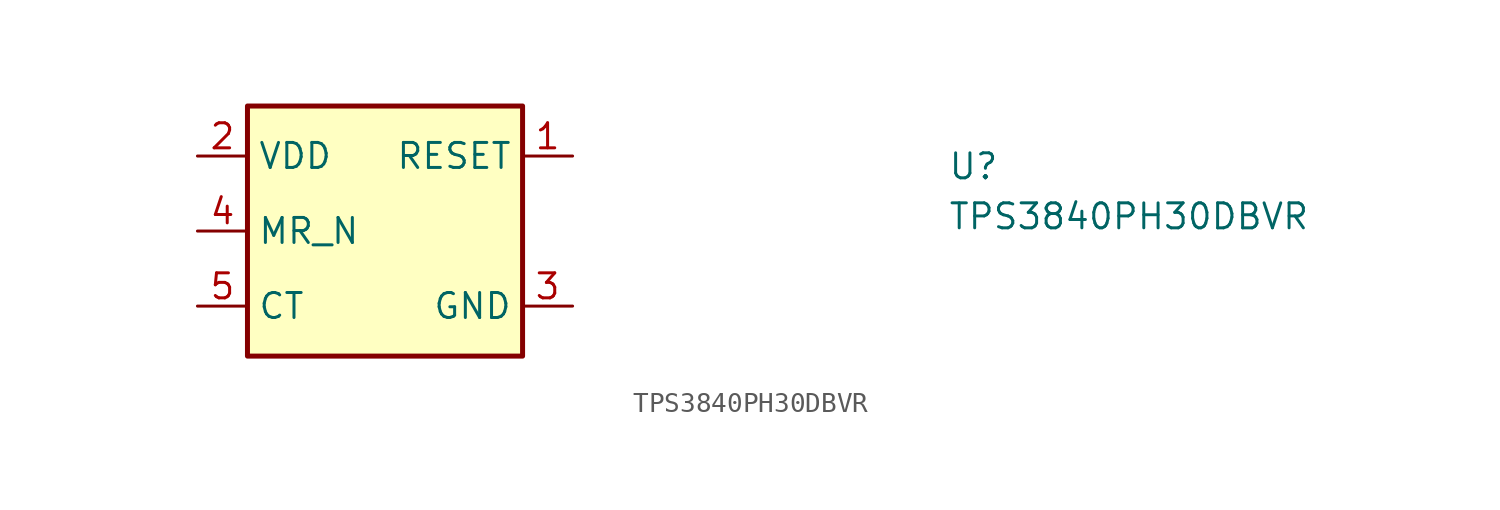
<source format=kicad_sym>
(kicad_symbol_lib
  (version 20211014)
  (generator kicad_symbol_editor)
  (symbol "TPS3840PH30DBVR"
    (property "Reference" "U"
      (at 38.1 -1.27 0)
      (effects (font (size 1.27 1.27) (thickness 0.15)) (justify left bottom)))
    (property "Value" "TPS3840PH30DBVR"
      (at 38.1 -3.81 0)
      (effects (font (size 1.27 1.27) (thickness 0.15)) (justify left bottom)))
    (symbol "TPS3840PH30DBVR_1_1"
      (rectangle (start 2.54 2.54) (end 16.51 -10.16) (stroke (width 0.254) (type default) (color 0 0 0 0)) (fill (type background)))
      (pin open_collector line (at 19.05 0 180) (length 2.54) (name "RESET" (effects (font (size 1.27 1.27)))) (number "1" (effects (font (size 1.27 1.27)))))
      (pin power_in line (at 0 0 0) (length 2.54) (name "VDD" (effects (font (size 1.27 1.27)))) (number "2" (effects (font (size 1.27 1.27)))))
      (pin power_in line (at 19.05 -7.62 180) (length 2.54) (name "GND" (effects (font (size 1.27 1.27)))) (number "3" (effects (font (size 1.27 1.27)))))
      (pin input line (at 0 -3.81 0) (length 2.54) (name "MR_N" (effects (font (size 1.27 1.27)))) (number "4" (effects (font (size 1.27 1.27)))))
      (pin input line (at 0 -7.62 0) (length 2.54) (name "CT" (effects (font (size 1.27 1.27)))) (number "5" (effects (font (size 1.27 1.27))))))))
</source>
